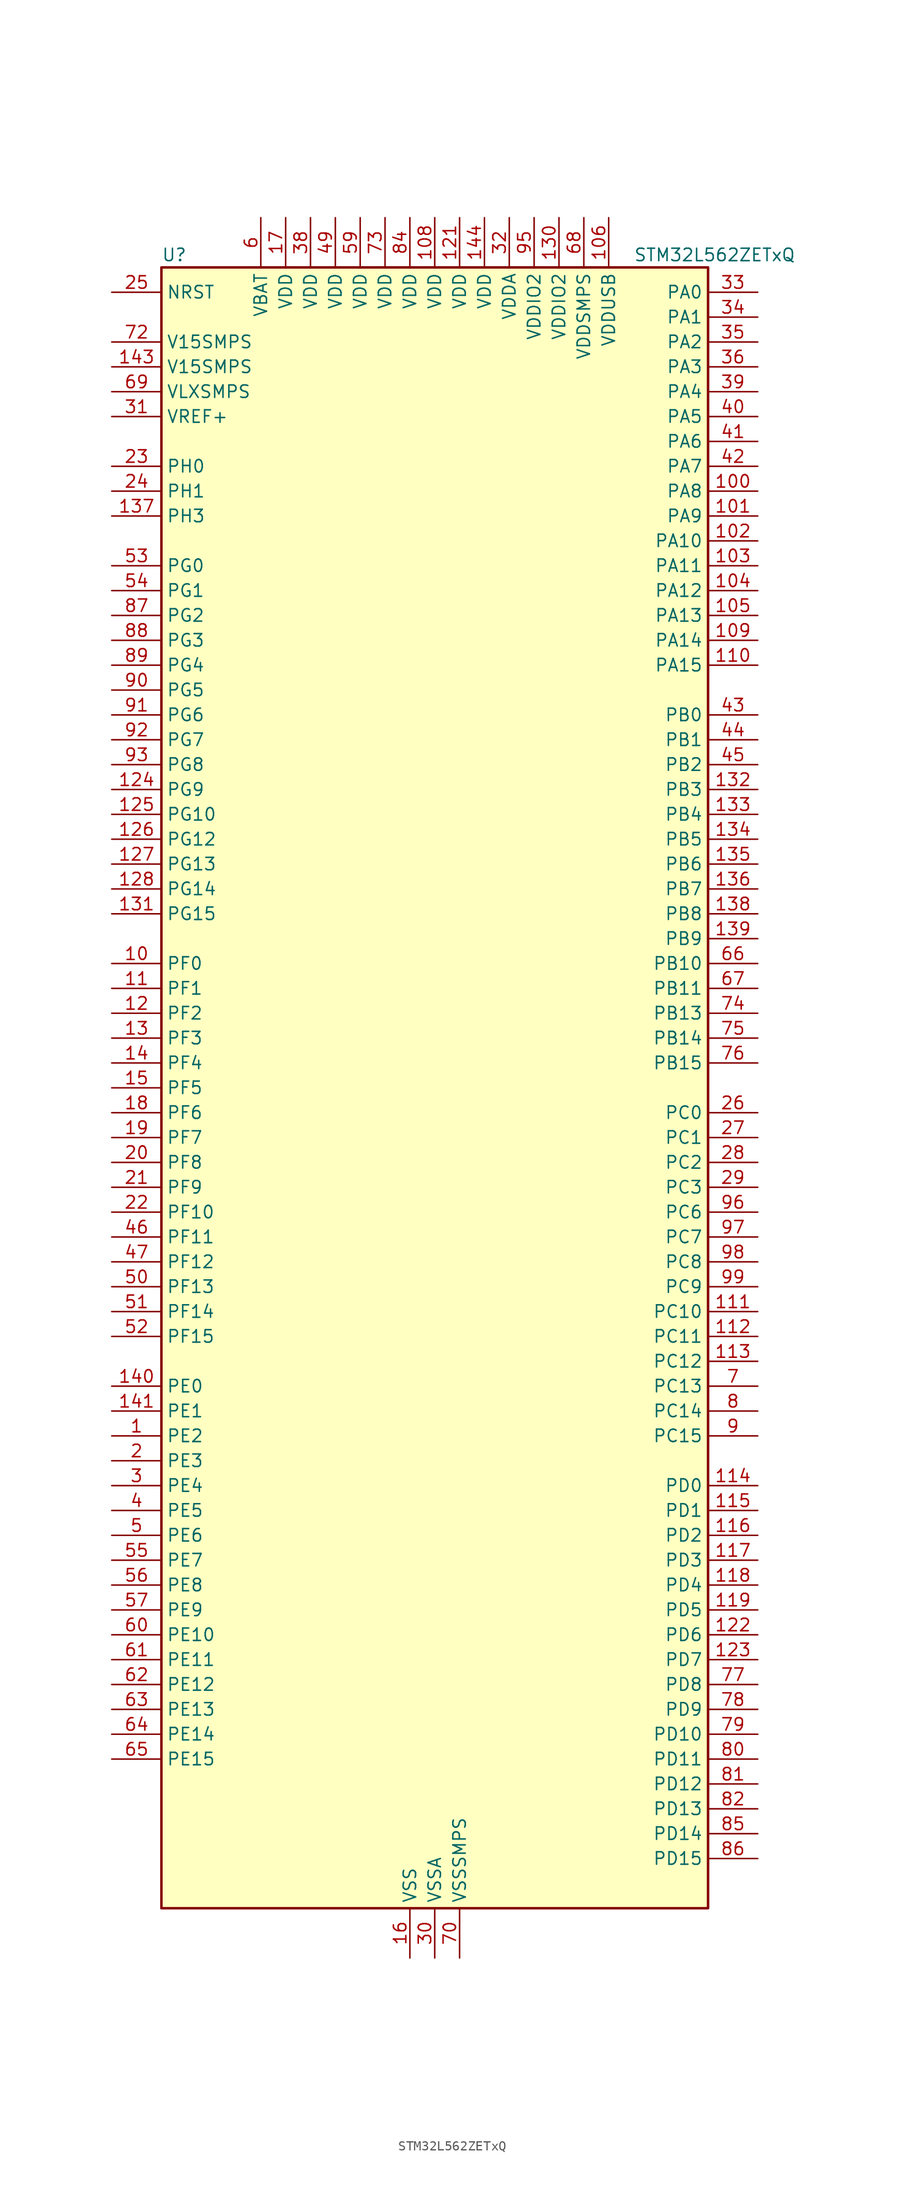
<source format=kicad_sym>
(kicad_symbol_lib
  (version 20231120)
  (generator "kicad_symbol_editor")
  (generator_version "8.0")
  (symbol "STM32L562ZETxQ"
    (property "Reference" "U"
      (at -27.94 85.09 0)
      (effects (font (size 1.27 1.27)) (justify left)))
    (property "Value" "STM32L562ZETxQ"
      (at 20.32 85.09 0)
      (effects (font (size 1.27 1.27)) (justify left)))
    (property "ki_locked" ""
      (at 0 0 0)
      (effects (font (size 1.27 1.27))))
    (symbol "STM32L562ZETxQ_0_1"
      (rectangle (start -27.94 -83.82) (end 27.94 83.82) (stroke (width 0.254) (type default)) (fill (type background))))
    (symbol "STM32L562ZETxQ_1_1"
      (pin bidirectional line (at -33.02 -35.56 0) (length 5.08) (name "PE2" (effects (font (size 1.27 1.27)))) (number "1" (effects (font (size 1.27 1.27)))) (alternate "DEBUG_TRACECLK" bidirectional line) (alternate "FMC_A23" bidirectional line) (alternate "SAI1_CK1" bidirectional line) (alternate "SAI1_MCLK_A" bidirectional line) (alternate "TIM3_ETR" bidirectional line) (alternate "TSC_G7_IO1" bidirectional line))
      (pin bidirectional line (at -33.02 12.7 0) (length 5.08) (name "PF0" (effects (font (size 1.27 1.27)))) (number "10" (effects (font (size 1.27 1.27)))) (alternate "FMC_A0" bidirectional line) (alternate "I2C2_SDA" bidirectional line))
      (pin bidirectional line (at 33.02 60.96 180) (length 5.08) (name "PA8" (effects (font (size 1.27 1.27)))) (number "100" (effects (font (size 1.27 1.27)))) (alternate "LPTIM2_OUT" bidirectional line) (alternate "RCC_MCO" bidirectional line) (alternate "SAI1_CK2" bidirectional line) (alternate "SAI1_SCK_A" bidirectional line) (alternate "TIM1_CH1" bidirectional line) (alternate "USART1_CK" bidirectional line))
      (pin bidirectional line (at 33.02 58.42 180) (length 5.08) (name "PA9" (effects (font (size 1.27 1.27)))) (number "101" (effects (font (size 1.27 1.27)))) (alternate "DAC1_EXTI9" bidirectional line) (alternate "SAI1_FS_A" bidirectional line) (alternate "SPI2_SCK" bidirectional line) (alternate "TIM15_BKIN" bidirectional line) (alternate "TIM1_CH2" bidirectional line) (alternate "USART1_TX" bidirectional line))
      (pin bidirectional line (at 33.02 55.88 180) (length 5.08) (name "PA10" (effects (font (size 1.27 1.27)))) (number "102" (effects (font (size 1.27 1.27)))) (alternate "CRS_SYNC" bidirectional line) (alternate "SAI1_D1" bidirectional line) (alternate "SAI1_SD_A" bidirectional line) (alternate "TIM17_BKIN" bidirectional line) (alternate "TIM1_CH3" bidirectional line) (alternate "USART1_RX" bidirectional line))
      (pin bidirectional line (at 33.02 53.34 180) (length 5.08) (name "PA11" (effects (font (size 1.27 1.27)))) (number "103" (effects (font (size 1.27 1.27)))) (alternate "ADC1_EXTI11" bidirectional line) (alternate "ADC2_EXTI11" bidirectional line) (alternate "FDCAN1_RX" bidirectional line) (alternate "SPI1_MISO" bidirectional line) (alternate "TIM1_BKIN2" bidirectional line) (alternate "TIM1_CH4" bidirectional line) (alternate "USART1_CTS" bidirectional line) (alternate "USART1_NSS" bidirectional line) (alternate "USB_DM" bidirectional line))
      (pin bidirectional line (at 33.02 50.8 180) (length 5.08) (name "PA12" (effects (font (size 1.27 1.27)))) (number "104" (effects (font (size 1.27 1.27)))) (alternate "FDCAN1_TX" bidirectional line) (alternate "SPI1_MOSI" bidirectional line) (alternate "TIM1_ETR" bidirectional line) (alternate "USART1_DE" bidirectional line) (alternate "USART1_RTS" bidirectional line) (alternate "USB_DP" bidirectional line))
      (pin bidirectional line (at 33.02 48.26 180) (length 5.08) (name "PA13" (effects (font (size 1.27 1.27)))) (number "105" (effects (font (size 1.27 1.27)))) (alternate "DEBUG_JTMS-SWDIO" bidirectional line) (alternate "IR_OUT" bidirectional line) (alternate "SAI1_SD_B" bidirectional line) (alternate "USB_NOE" bidirectional line))
      (pin power_in line (at 17.78 88.9 270) (length 5.08) (name "VDDUSB" (effects (font (size 1.27 1.27)))) (number "106" (effects (font (size 1.27 1.27)))))
      (pin passive line (at -2.54 -88.9 90) (length 5.08) hide (name "VSS" (effects (font (size 1.27 1.27)))) (number "107" (effects (font (size 1.27 1.27)))))
      (pin power_in line (at 0 88.9 270) (length 5.08) (name "VDD" (effects (font (size 1.27 1.27)))) (number "108" (effects (font (size 1.27 1.27)))))
      (pin bidirectional line (at 33.02 45.72 180) (length 5.08) (name "PA14" (effects (font (size 1.27 1.27)))) (number "109" (effects (font (size 1.27 1.27)))) (alternate "DEBUG_JTCK-SWCLK" bidirectional line) (alternate "I2C1_SMBA" bidirectional line) (alternate "I2C4_SMBA" bidirectional line) (alternate "LPTIM1_OUT" bidirectional line) (alternate "SAI1_FS_B" bidirectional line))
      (pin bidirectional line (at -33.02 10.16 0) (length 5.08) (name "PF1" (effects (font (size 1.27 1.27)))) (number "11" (effects (font (size 1.27 1.27)))) (alternate "FMC_A1" bidirectional line) (alternate "I2C2_SCL" bidirectional line))
      (pin bidirectional line (at 33.02 43.18 180) (length 5.08) (name "PA15" (effects (font (size 1.27 1.27)))) (number "110" (effects (font (size 1.27 1.27)))) (alternate "ADC1_EXTI15" bidirectional line) (alternate "ADC2_EXTI15" bidirectional line) (alternate "DEBUG_JTDI" bidirectional line) (alternate "SAI2_FS_B" bidirectional line) (alternate "SPI1_NSS" bidirectional line) (alternate "SPI3_NSS" bidirectional line) (alternate "TIM2_CH1" bidirectional line) (alternate "TIM2_ETR" bidirectional line) (alternate "UART4_DE" bidirectional line) (alternate "UART4_RTS" bidirectional line) (alternate "UCPD1_CC1" bidirectional line) (alternate "USART2_RX" bidirectional line) (alternate "USART3_DE" bidirectional line) (alternate "USART3_RTS" bidirectional line))
      (pin bidirectional line (at 33.02 -22.86 180) (length 5.08) (name "PC10" (effects (font (size 1.27 1.27)))) (number "111" (effects (font (size 1.27 1.27)))) (alternate "DEBUG_TRACED1" bidirectional line) (alternate "LPTIM3_ETR" bidirectional line) (alternate "SAI2_SCK_B" bidirectional line) (alternate "SDMMC1_D2" bidirectional line) (alternate "SPI3_SCK" bidirectional line) (alternate "TSC_G3_IO2" bidirectional line) (alternate "UART4_TX" bidirectional line) (alternate "USART3_TX" bidirectional line))
      (pin bidirectional line (at 33.02 -25.4 180) (length 5.08) (name "PC11" (effects (font (size 1.27 1.27)))) (number "112" (effects (font (size 1.27 1.27)))) (alternate "ADC1_EXTI11" bidirectional line) (alternate "ADC2_EXTI11" bidirectional line) (alternate "LPTIM3_IN1" bidirectional line) (alternate "OCTOSPI1_NCS" bidirectional line) (alternate "SAI2_MCLK_B" bidirectional line) (alternate "SDMMC1_D3" bidirectional line) (alternate "SPI3_MISO" bidirectional line) (alternate "TSC_G3_IO3" bidirectional line) (alternate "UART4_RX" bidirectional line) (alternate "UCPD1_FRSTX2" bidirectional line) (alternate "USART3_RX" bidirectional line))
      (pin bidirectional line (at 33.02 -27.94 180) (length 5.08) (name "PC12" (effects (font (size 1.27 1.27)))) (number "113" (effects (font (size 1.27 1.27)))) (alternate "DEBUG_TRACED3" bidirectional line) (alternate "SAI2_SD_B" bidirectional line) (alternate "SDMMC1_CK" bidirectional line) (alternate "SPI3_MOSI" bidirectional line) (alternate "TSC_G3_IO4" bidirectional line) (alternate "UART5_TX" bidirectional line) (alternate "USART3_CK" bidirectional line))
      (pin bidirectional line (at 33.02 -40.64 180) (length 5.08) (name "PD0" (effects (font (size 1.27 1.27)))) (number "114" (effects (font (size 1.27 1.27)))) (alternate "FDCAN1_RX" bidirectional line) (alternate "FMC_D2" bidirectional line) (alternate "FMC_DA2" bidirectional line) (alternate "SPI2_NSS" bidirectional line))
      (pin bidirectional line (at 33.02 -43.18 180) (length 5.08) (name "PD1" (effects (font (size 1.27 1.27)))) (number "115" (effects (font (size 1.27 1.27)))) (alternate "FDCAN1_TX" bidirectional line) (alternate "FMC_D3" bidirectional line) (alternate "FMC_DA3" bidirectional line) (alternate "SPI2_SCK" bidirectional line))
      (pin bidirectional line (at 33.02 -45.72 180) (length 5.08) (name "PD2" (effects (font (size 1.27 1.27)))) (number "116" (effects (font (size 1.27 1.27)))) (alternate "DEBUG_TRACED2" bidirectional line) (alternate "SDMMC1_CMD" bidirectional line) (alternate "TIM3_ETR" bidirectional line) (alternate "TSC_SYNC" bidirectional line) (alternate "UART5_RX" bidirectional line) (alternate "USART3_DE" bidirectional line) (alternate "USART3_RTS" bidirectional line))
      (pin bidirectional line (at 33.02 -48.26 180) (length 5.08) (name "PD3" (effects (font (size 1.27 1.27)))) (number "117" (effects (font (size 1.27 1.27)))) (alternate "DFSDM1_DATIN0" bidirectional line) (alternate "FMC_CLK" bidirectional line) (alternate "SPI2_MISO" bidirectional line) (alternate "SPI2_SCK" bidirectional line) (alternate "USART2_CTS" bidirectional line) (alternate "USART2_NSS" bidirectional line))
      (pin bidirectional line (at 33.02 -50.8 180) (length 5.08) (name "PD4" (effects (font (size 1.27 1.27)))) (number "118" (effects (font (size 1.27 1.27)))) (alternate "DFSDM1_CKIN0" bidirectional line) (alternate "FMC_NOE" bidirectional line) (alternate "OCTOSPI1_IO4" bidirectional line) (alternate "SPI2_MOSI" bidirectional line) (alternate "USART2_DE" bidirectional line) (alternate "USART2_RTS" bidirectional line))
      (pin bidirectional line (at 33.02 -53.34 180) (length 5.08) (name "PD5" (effects (font (size 1.27 1.27)))) (number "119" (effects (font (size 1.27 1.27)))) (alternate "FMC_NWE" bidirectional line) (alternate "OCTOSPI1_IO5" bidirectional line) (alternate "USART2_TX" bidirectional line))
      (pin bidirectional line (at -33.02 7.62 0) (length 5.08) (name "PF2" (effects (font (size 1.27 1.27)))) (number "12" (effects (font (size 1.27 1.27)))) (alternate "FMC_A2" bidirectional line) (alternate "I2C2_SMBA" bidirectional line))
      (pin passive line (at -2.54 -88.9 90) (length 5.08) hide (name "VSS" (effects (font (size 1.27 1.27)))) (number "120" (effects (font (size 1.27 1.27)))))
      (pin power_in line (at 2.54 88.9 270) (length 5.08) (name "VDD" (effects (font (size 1.27 1.27)))) (number "121" (effects (font (size 1.27 1.27)))))
      (pin bidirectional line (at 33.02 -55.88 180) (length 5.08) (name "PD6" (effects (font (size 1.27 1.27)))) (number "122" (effects (font (size 1.27 1.27)))) (alternate "DFSDM1_DATIN1" bidirectional line) (alternate "FMC_NWAIT" bidirectional line) (alternate "OCTOSPI1_IO6" bidirectional line) (alternate "SAI1_D1" bidirectional line) (alternate "SAI1_SD_A" bidirectional line) (alternate "SPI3_MOSI" bidirectional line) (alternate "USART2_RX" bidirectional line))
      (pin bidirectional line (at 33.02 -58.42 180) (length 5.08) (name "PD7" (effects (font (size 1.27 1.27)))) (number "123" (effects (font (size 1.27 1.27)))) (alternate "DFSDM1_CKIN1" bidirectional line) (alternate "FMC_NCE" bidirectional line) (alternate "FMC_NE1" bidirectional line) (alternate "OCTOSPI1_IO7" bidirectional line) (alternate "USART2_CK" bidirectional line))
      (pin bidirectional line (at -33.02 30.48 0) (length 5.08) (name "PG9" (effects (font (size 1.27 1.27)))) (number "124" (effects (font (size 1.27 1.27)))) (alternate "DAC1_EXTI9" bidirectional line) (alternate "FMC_NCE" bidirectional line) (alternate "FMC_NE2" bidirectional line) (alternate "SAI2_SCK_A" bidirectional line) (alternate "SPI3_SCK" bidirectional line) (alternate "TIM15_CH1N" bidirectional line) (alternate "USART1_TX" bidirectional line))
      (pin bidirectional line (at -33.02 27.94 0) (length 5.08) (name "PG10" (effects (font (size 1.27 1.27)))) (number "125" (effects (font (size 1.27 1.27)))) (alternate "FMC_NE3" bidirectional line) (alternate "LPTIM1_IN1" bidirectional line) (alternate "SAI2_FS_A" bidirectional line) (alternate "SPI3_MISO" bidirectional line) (alternate "TIM15_CH1" bidirectional line) (alternate "USART1_RX" bidirectional line))
      (pin bidirectional line (at -33.02 25.4 0) (length 5.08) (name "PG12" (effects (font (size 1.27 1.27)))) (number "126" (effects (font (size 1.27 1.27)))) (alternate "FMC_NE4" bidirectional line) (alternate "LPTIM1_ETR" bidirectional line) (alternate "SAI2_SD_A" bidirectional line) (alternate "SPI3_NSS" bidirectional line) (alternate "USART1_DE" bidirectional line) (alternate "USART1_RTS" bidirectional line))
      (pin bidirectional line (at -33.02 22.86 0) (length 5.08) (name "PG13" (effects (font (size 1.27 1.27)))) (number "127" (effects (font (size 1.27 1.27)))) (alternate "FMC_A24" bidirectional line) (alternate "I2C1_SDA" bidirectional line) (alternate "USART1_CK" bidirectional line))
      (pin bidirectional line (at -33.02 20.32 0) (length 5.08) (name "PG14" (effects (font (size 1.27 1.27)))) (number "128" (effects (font (size 1.27 1.27)))) (alternate "FMC_A25" bidirectional line) (alternate "I2C1_SCL" bidirectional line))
      (pin passive line (at -2.54 -88.9 90) (length 5.08) hide (name "VSS" (effects (font (size 1.27 1.27)))) (number "129" (effects (font (size 1.27 1.27)))))
      (pin bidirectional line (at -33.02 5.08 0) (length 5.08) (name "PF3" (effects (font (size 1.27 1.27)))) (number "13" (effects (font (size 1.27 1.27)))) (alternate "FMC_A3" bidirectional line) (alternate "LPTIM3_IN1" bidirectional line))
      (pin power_in line (at 12.7 88.9 270) (length 5.08) (name "VDDIO2" (effects (font (size 1.27 1.27)))) (number "130" (effects (font (size 1.27 1.27)))))
      (pin bidirectional line (at -33.02 17.78 0) (length 5.08) (name "PG15" (effects (font (size 1.27 1.27)))) (number "131" (effects (font (size 1.27 1.27)))) (alternate "ADC1_EXTI15" bidirectional line) (alternate "ADC2_EXTI15" bidirectional line) (alternate "I2C1_SMBA" bidirectional line) (alternate "LPTIM1_OUT" bidirectional line))
      (pin bidirectional line (at 33.02 30.48 180) (length 5.08) (name "PB3" (effects (font (size 1.27 1.27)))) (number "132" (effects (font (size 1.27 1.27)))) (alternate "COMP2_INM" bidirectional line) (alternate "CRS_SYNC" bidirectional line) (alternate "DEBUG_JTDO-SWO" bidirectional line) (alternate "SAI1_SCK_B" bidirectional line) (alternate "SPI1_SCK" bidirectional line) (alternate "SPI3_SCK" bidirectional line) (alternate "TIM2_CH2" bidirectional line) (alternate "USART1_DE" bidirectional line) (alternate "USART1_RTS" bidirectional line))
      (pin bidirectional line (at 33.02 27.94 180) (length 5.08) (name "PB4" (effects (font (size 1.27 1.27)))) (number "133" (effects (font (size 1.27 1.27)))) (alternate "COMP2_INP" bidirectional line) (alternate "DEBUG_JTRST" bidirectional line) (alternate "I2C3_SDA" bidirectional line) (alternate "SAI1_MCLK_B" bidirectional line) (alternate "SPI1_MISO" bidirectional line) (alternate "SPI3_MISO" bidirectional line) (alternate "TIM17_BKIN" bidirectional line) (alternate "TIM3_CH1" bidirectional line) (alternate "TSC_G2_IO1" bidirectional line) (alternate "UART5_DE" bidirectional line) (alternate "UART5_RTS" bidirectional line) (alternate "USART1_CTS" bidirectional line) (alternate "USART1_NSS" bidirectional line))
      (pin bidirectional line (at 33.02 25.4 180) (length 5.08) (name "PB5" (effects (font (size 1.27 1.27)))) (number "134" (effects (font (size 1.27 1.27)))) (alternate "COMP2_OUT" bidirectional line) (alternate "I2C1_SMBA" bidirectional line) (alternate "LPTIM1_IN1" bidirectional line) (alternate "OCTOSPI1_NCLK" bidirectional line) (alternate "SAI1_SD_B" bidirectional line) (alternate "SPI1_MOSI" bidirectional line) (alternate "SPI3_MOSI" bidirectional line) (alternate "TIM16_BKIN" bidirectional line) (alternate "TIM3_CH2" bidirectional line) (alternate "TSC_G2_IO2" bidirectional line) (alternate "UART5_CTS" bidirectional line) (alternate "UCPD1_DBCC1" bidirectional line) (alternate "USART1_CK" bidirectional line))
      (pin bidirectional line (at 33.02 22.86 180) (length 5.08) (name "PB6" (effects (font (size 1.27 1.27)))) (number "135" (effects (font (size 1.27 1.27)))) (alternate "COMP2_INP" bidirectional line) (alternate "I2C1_SCL" bidirectional line) (alternate "I2C4_SCL" bidirectional line) (alternate "LPTIM1_ETR" bidirectional line) (alternate "SAI1_FS_B" bidirectional line) (alternate "TIM16_CH1N" bidirectional line) (alternate "TIM4_CH1" bidirectional line) (alternate "TIM8_BKIN2" bidirectional line) (alternate "TSC_G2_IO3" bidirectional line) (alternate "USART1_TX" bidirectional line))
      (pin bidirectional line (at 33.02 20.32 180) (length 5.08) (name "PB7" (effects (font (size 1.27 1.27)))) (number "136" (effects (font (size 1.27 1.27)))) (alternate "COMP2_INM" bidirectional line) (alternate "FMC_NL" bidirectional line) (alternate "I2C1_SDA" bidirectional line) (alternate "I2C4_SDA" bidirectional line) (alternate "LPTIM1_IN2" bidirectional line) (alternate "PWR_PVD_IN" bidirectional line) (alternate "TIM17_CH1N" bidirectional line) (alternate "TIM4_CH2" bidirectional line) (alternate "TIM8_BKIN" bidirectional line) (alternate "TSC_G2_IO4" bidirectional line) (alternate "UART4_CTS" bidirectional line) (alternate "USART1_RX" bidirectional line))
      (pin bidirectional line (at -33.02 58.42 0) (length 5.08) (name "PH3" (effects (font (size 1.27 1.27)))) (number "137" (effects (font (size 1.27 1.27)))))
      (pin bidirectional line (at 33.02 17.78 180) (length 5.08) (name "PB8" (effects (font (size 1.27 1.27)))) (number "138" (effects (font (size 1.27 1.27)))) (alternate "DFSDM1_CKOUT" bidirectional line) (alternate "FDCAN1_RX" bidirectional line) (alternate "I2C1_SCL" bidirectional line) (alternate "SAI1_CK1" bidirectional line) (alternate "SAI1_MCLK_A" bidirectional line) (alternate "SDMMC1_CKIN" bidirectional line) (alternate "SDMMC1_D4" bidirectional line) (alternate "TIM16_CH1" bidirectional line) (alternate "TIM4_CH3" bidirectional line))
      (pin bidirectional line (at 33.02 15.24 180) (length 5.08) (name "PB9" (effects (font (size 1.27 1.27)))) (number "139" (effects (font (size 1.27 1.27)))) (alternate "DAC1_EXTI9" bidirectional line) (alternate "FDCAN1_TX" bidirectional line) (alternate "I2C1_SDA" bidirectional line) (alternate "IR_OUT" bidirectional line) (alternate "SAI1_D2" bidirectional line) (alternate "SAI1_FS_A" bidirectional line) (alternate "SDMMC1_CDIR" bidirectional line) (alternate "SDMMC1_D5" bidirectional line) (alternate "SPI2_NSS" bidirectional line) (alternate "TIM17_CH1" bidirectional line) (alternate "TIM4_CH4" bidirectional line))
      (pin bidirectional line (at -33.02 2.54 0) (length 5.08) (name "PF4" (effects (font (size 1.27 1.27)))) (number "14" (effects (font (size 1.27 1.27)))) (alternate "FMC_A4" bidirectional line) (alternate "LPTIM3_ETR" bidirectional line))
      (pin bidirectional line (at -33.02 -30.48 0) (length 5.08) (name "PE0" (effects (font (size 1.27 1.27)))) (number "140" (effects (font (size 1.27 1.27)))) (alternate "FMC_NBL0" bidirectional line) (alternate "TIM16_CH1" bidirectional line) (alternate "TIM4_ETR" bidirectional line))
      (pin bidirectional line (at -33.02 -33.02 0) (length 5.08) (name "PE1" (effects (font (size 1.27 1.27)))) (number "141" (effects (font (size 1.27 1.27)))) (alternate "FMC_NBL1" bidirectional line) (alternate "TIM17_CH1" bidirectional line))
      (pin passive line (at -2.54 -88.9 90) (length 5.08) hide (name "VSS" (effects (font (size 1.27 1.27)))) (number "142" (effects (font (size 1.27 1.27)))))
      (pin power_in line (at -33.02 73.66 0) (length 5.08) (name "V15SMPS" (effects (font (size 1.27 1.27)))) (number "143" (effects (font (size 1.27 1.27)))))
      (pin power_in line (at 5.08 88.9 270) (length 5.08) (name "VDD" (effects (font (size 1.27 1.27)))) (number "144" (effects (font (size 1.27 1.27)))))
      (pin bidirectional line (at -33.02 0 0) (length 5.08) (name "PF5" (effects (font (size 1.27 1.27)))) (number "15" (effects (font (size 1.27 1.27)))) (alternate "FMC_A5" bidirectional line) (alternate "LPTIM3_OUT" bidirectional line))
      (pin power_in line (at -2.54 -88.9 90) (length 5.08) (name "VSS" (effects (font (size 1.27 1.27)))) (number "16" (effects (font (size 1.27 1.27)))))
      (pin power_in line (at -15.24 88.9 270) (length 5.08) (name "VDD" (effects (font (size 1.27 1.27)))) (number "17" (effects (font (size 1.27 1.27)))))
      (pin bidirectional line (at -33.02 -2.54 0) (length 5.08) (name "PF6" (effects (font (size 1.27 1.27)))) (number "18" (effects (font (size 1.27 1.27)))) (alternate "OCTOSPI1_IO3" bidirectional line) (alternate "SAI1_SD_B" bidirectional line) (alternate "TIM5_CH1" bidirectional line) (alternate "TIM5_ETR" bidirectional line))
      (pin bidirectional line (at -33.02 -5.08 0) (length 5.08) (name "PF7" (effects (font (size 1.27 1.27)))) (number "19" (effects (font (size 1.27 1.27)))) (alternate "OCTOSPI1_IO2" bidirectional line) (alternate "SAI1_MCLK_B" bidirectional line) (alternate "TAMP_IN6" bidirectional line) (alternate "TAMP_OUT3" bidirectional line) (alternate "TIM5_CH2" bidirectional line))
      (pin bidirectional line (at -33.02 -38.1 0) (length 5.08) (name "PE3" (effects (font (size 1.27 1.27)))) (number "2" (effects (font (size 1.27 1.27)))) (alternate "DEBUG_TRACED0" bidirectional line) (alternate "FMC_A19" bidirectional line) (alternate "OCTOSPI1_DQS" bidirectional line) (alternate "SAI1_SD_B" bidirectional line) (alternate "TIM3_CH1" bidirectional line) (alternate "TSC_G7_IO2" bidirectional line))
      (pin bidirectional line (at -33.02 -7.62 0) (length 5.08) (name "PF8" (effects (font (size 1.27 1.27)))) (number "20" (effects (font (size 1.27 1.27)))) (alternate "OCTOSPI1_IO0" bidirectional line) (alternate "SAI1_SCK_B" bidirectional line) (alternate "TAMP_IN7" bidirectional line) (alternate "TAMP_OUT8" bidirectional line) (alternate "TIM5_CH3" bidirectional line))
      (pin bidirectional line (at -33.02 -10.16 0) (length 5.08) (name "PF9" (effects (font (size 1.27 1.27)))) (number "21" (effects (font (size 1.27 1.27)))) (alternate "DAC1_EXTI9" bidirectional line) (alternate "OCTOSPI1_IO1" bidirectional line) (alternate "SAI1_FS_B" bidirectional line) (alternate "TAMP_IN8" bidirectional line) (alternate "TAMP_OUT7" bidirectional line) (alternate "TIM15_CH1" bidirectional line) (alternate "TIM5_CH4" bidirectional line))
      (pin bidirectional line (at -33.02 -12.7 0) (length 5.08) (name "PF10" (effects (font (size 1.27 1.27)))) (number "22" (effects (font (size 1.27 1.27)))) (alternate "DFSDM1_CKOUT" bidirectional line) (alternate "OCTOSPI1_CLK" bidirectional line) (alternate "SAI1_D3" bidirectional line) (alternate "TIM15_CH2" bidirectional line))
      (pin bidirectional line (at -33.02 63.5 0) (length 5.08) (name "PH0" (effects (font (size 1.27 1.27)))) (number "23" (effects (font (size 1.27 1.27)))) (alternate "RCC_OSC_IN" bidirectional line))
      (pin bidirectional line (at -33.02 60.96 0) (length 5.08) (name "PH1" (effects (font (size 1.27 1.27)))) (number "24" (effects (font (size 1.27 1.27)))) (alternate "RCC_OSC_OUT" bidirectional line))
      (pin input line (at -33.02 81.28 0) (length 5.08) (name "NRST" (effects (font (size 1.27 1.27)))) (number "25" (effects (font (size 1.27 1.27)))))
      (pin bidirectional line (at 33.02 -2.54 180) (length 5.08) (name "PC0" (effects (font (size 1.27 1.27)))) (number "26" (effects (font (size 1.27 1.27)))) (alternate "ADC1_IN1" bidirectional line) (alternate "ADC2_IN1" bidirectional line) (alternate "I2C3_SCL" bidirectional line) (alternate "LPTIM1_IN1" bidirectional line) (alternate "LPTIM2_IN1" bidirectional line) (alternate "LPUART1_RX" bidirectional line) (alternate "OCTOSPI1_IO7" bidirectional line) (alternate "SAI2_FS_A" bidirectional line) (alternate "SDMMC1_D5" bidirectional line))
      (pin bidirectional line (at 33.02 -5.08 180) (length 5.08) (name "PC1" (effects (font (size 1.27 1.27)))) (number "27" (effects (font (size 1.27 1.27)))) (alternate "ADC1_IN2" bidirectional line) (alternate "ADC2_IN2" bidirectional line) (alternate "DEBUG_TRACED0" bidirectional line) (alternate "I2C3_SDA" bidirectional line) (alternate "LPTIM1_OUT" bidirectional line) (alternate "LPUART1_TX" bidirectional line) (alternate "OCTOSPI1_IO4" bidirectional line) (alternate "SAI1_SD_A" bidirectional line) (alternate "SPI2_MOSI" bidirectional line))
      (pin bidirectional line (at 33.02 -7.62 180) (length 5.08) (name "PC2" (effects (font (size 1.27 1.27)))) (number "28" (effects (font (size 1.27 1.27)))) (alternate "ADC1_IN3" bidirectional line) (alternate "ADC2_IN3" bidirectional line) (alternate "DFSDM1_CKOUT" bidirectional line) (alternate "LPTIM1_IN2" bidirectional line) (alternate "OCTOSPI1_IO5" bidirectional line) (alternate "SPI2_MISO" bidirectional line))
      (pin bidirectional line (at 33.02 -10.16 180) (length 5.08) (name "PC3" (effects (font (size 1.27 1.27)))) (number "29" (effects (font (size 1.27 1.27)))) (alternate "ADC1_IN4" bidirectional line) (alternate "ADC2_IN4" bidirectional line) (alternate "LPTIM1_ETR" bidirectional line) (alternate "LPTIM2_ETR" bidirectional line) (alternate "LPTIM3_OUT" bidirectional line) (alternate "OCTOSPI1_IO6" bidirectional line) (alternate "SAI1_D1" bidirectional line) (alternate "SAI1_SD_A" bidirectional line) (alternate "SPI2_MOSI" bidirectional line))
      (pin bidirectional line (at -33.02 -40.64 0) (length 5.08) (name "PE4" (effects (font (size 1.27 1.27)))) (number "3" (effects (font (size 1.27 1.27)))) (alternate "DEBUG_TRACED1" bidirectional line) (alternate "DFSDM1_DATIN3" bidirectional line) (alternate "FMC_A20" bidirectional line) (alternate "SAI1_D2" bidirectional line) (alternate "SAI1_FS_A" bidirectional line) (alternate "TIM3_CH2" bidirectional line) (alternate "TSC_G7_IO3" bidirectional line))
      (pin power_in line (at 0 -88.9 90) (length 5.08) (name "VSSA" (effects (font (size 1.27 1.27)))) (number "30" (effects (font (size 1.27 1.27)))))
      (pin input line (at -33.02 68.58 0) (length 5.08) (name "VREF+" (effects (font (size 1.27 1.27)))) (number "31" (effects (font (size 1.27 1.27)))) (alternate "VREFBUF_OUT" bidirectional line))
      (pin power_in line (at 7.62 88.9 270) (length 5.08) (name "VDDA" (effects (font (size 1.27 1.27)))) (number "32" (effects (font (size 1.27 1.27)))))
      (pin bidirectional line (at 33.02 81.28 180) (length 5.08) (name "PA0" (effects (font (size 1.27 1.27)))) (number "33" (effects (font (size 1.27 1.27)))) (alternate "ADC1_IN5" bidirectional line) (alternate "ADC2_IN5" bidirectional line) (alternate "OPAMP1_VINP" bidirectional line) (alternate "PWR_WKUP1" bidirectional line) (alternate "SAI1_EXTCLK" bidirectional line) (alternate "TAMP_IN2" bidirectional line) (alternate "TAMP_OUT1" bidirectional line) (alternate "TIM2_CH1" bidirectional line) (alternate "TIM2_ETR" bidirectional line) (alternate "TIM5_CH1" bidirectional line) (alternate "TIM8_ETR" bidirectional line) (alternate "UART4_TX" bidirectional line) (alternate "USART2_CTS" bidirectional line) (alternate "USART2_NSS" bidirectional line))
      (pin bidirectional line (at 33.02 78.74 180) (length 5.08) (name "PA1" (effects (font (size 1.27 1.27)))) (number "34" (effects (font (size 1.27 1.27)))) (alternate "ADC1_IN6" bidirectional line) (alternate "ADC2_IN6" bidirectional line) (alternate "I2C1_SMBA" bidirectional line) (alternate "OCTOSPI1_DQS" bidirectional line) (alternate "OPAMP1_VINM" bidirectional line) (alternate "SPI1_SCK" bidirectional line) (alternate "TAMP_IN5" bidirectional line) (alternate "TAMP_OUT4" bidirectional line) (alternate "TIM15_CH1N" bidirectional line) (alternate "TIM2_CH2" bidirectional line) (alternate "TIM5_CH2" bidirectional line) (alternate "UART4_RX" bidirectional line) (alternate "USART2_DE" bidirectional line) (alternate "USART2_RTS" bidirectional line))
      (pin bidirectional line (at 33.02 76.2 180) (length 5.08) (name "PA2" (effects (font (size 1.27 1.27)))) (number "35" (effects (font (size 1.27 1.27)))) (alternate "ADC1_IN7" bidirectional line) (alternate "ADC2_IN7" bidirectional line) (alternate "COMP1_INP" bidirectional line) (alternate "LPUART1_TX" bidirectional line) (alternate "OCTOSPI1_NCS" bidirectional line) (alternate "PWR_WKUP4" bidirectional line) (alternate "RCC_LSCO" bidirectional line) (alternate "SAI2_EXTCLK" bidirectional line) (alternate "TIM15_CH1" bidirectional line) (alternate "TIM2_CH3" bidirectional line) (alternate "TIM5_CH3" bidirectional line) (alternate "UCPD1_FRSTX1" bidirectional line) (alternate "USART2_TX" bidirectional line))
      (pin bidirectional line (at 33.02 73.66 180) (length 5.08) (name "PA3" (effects (font (size 1.27 1.27)))) (number "36" (effects (font (size 1.27 1.27)))) (alternate "ADC1_IN8" bidirectional line) (alternate "ADC2_IN8" bidirectional line) (alternate "LPUART1_RX" bidirectional line) (alternate "OCTOSPI1_CLK" bidirectional line) (alternate "OPAMP1_VOUT" bidirectional line) (alternate "SAI1_CK1" bidirectional line) (alternate "SAI1_MCLK_A" bidirectional line) (alternate "TIM15_CH2" bidirectional line) (alternate "TIM2_CH4" bidirectional line) (alternate "TIM5_CH4" bidirectional line) (alternate "USART2_RX" bidirectional line))
      (pin passive line (at -2.54 -88.9 90) (length 5.08) hide (name "VSS" (effects (font (size 1.27 1.27)))) (number "37" (effects (font (size 1.27 1.27)))))
      (pin power_in line (at -12.7 88.9 270) (length 5.08) (name "VDD" (effects (font (size 1.27 1.27)))) (number "38" (effects (font (size 1.27 1.27)))))
      (pin bidirectional line (at 33.02 71.12 180) (length 5.08) (name "PA4" (effects (font (size 1.27 1.27)))) (number "39" (effects (font (size 1.27 1.27)))) (alternate "ADC1_IN9" bidirectional line) (alternate "ADC2_IN9" bidirectional line) (alternate "DAC1_OUT1" bidirectional line) (alternate "LPTIM2_OUT" bidirectional line) (alternate "OCTOSPI1_NCS" bidirectional line) (alternate "SAI1_FS_B" bidirectional line) (alternate "SPI1_NSS" bidirectional line) (alternate "SPI3_NSS" bidirectional line) (alternate "USART2_CK" bidirectional line))
      (pin bidirectional line (at -33.02 -43.18 0) (length 5.08) (name "PE5" (effects (font (size 1.27 1.27)))) (number "4" (effects (font (size 1.27 1.27)))) (alternate "DEBUG_TRACED2" bidirectional line) (alternate "DFSDM1_CKIN3" bidirectional line) (alternate "FMC_A21" bidirectional line) (alternate "SAI1_CK2" bidirectional line) (alternate "SAI1_SCK_A" bidirectional line) (alternate "TIM3_CH3" bidirectional line) (alternate "TSC_G7_IO4" bidirectional line))
      (pin bidirectional line (at 33.02 68.58 180) (length 5.08) (name "PA5" (effects (font (size 1.27 1.27)))) (number "40" (effects (font (size 1.27 1.27)))) (alternate "ADC1_IN10" bidirectional line) (alternate "ADC2_IN10" bidirectional line) (alternate "DAC1_OUT2" bidirectional line) (alternate "LPTIM2_ETR" bidirectional line) (alternate "SPI1_SCK" bidirectional line) (alternate "TIM2_CH1" bidirectional line) (alternate "TIM2_ETR" bidirectional line) (alternate "TIM8_CH1N" bidirectional line))
      (pin bidirectional line (at 33.02 66.04 180) (length 5.08) (name "PA6" (effects (font (size 1.27 1.27)))) (number "41" (effects (font (size 1.27 1.27)))) (alternate "ADC1_IN11" bidirectional line) (alternate "ADC2_IN11" bidirectional line) (alternate "LPUART1_CTS" bidirectional line) (alternate "OCTOSPI1_IO3" bidirectional line) (alternate "OPAMP2_VINP" bidirectional line) (alternate "SPI1_MISO" bidirectional line) (alternate "TIM16_CH1" bidirectional line) (alternate "TIM1_BKIN" bidirectional line) (alternate "TIM3_CH1" bidirectional line) (alternate "TIM8_BKIN" bidirectional line) (alternate "USART3_CTS" bidirectional line) (alternate "USART3_NSS" bidirectional line))
      (pin bidirectional line (at 33.02 63.5 180) (length 5.08) (name "PA7" (effects (font (size 1.27 1.27)))) (number "42" (effects (font (size 1.27 1.27)))) (alternate "ADC1_IN12" bidirectional line) (alternate "ADC2_IN12" bidirectional line) (alternate "I2C3_SCL" bidirectional line) (alternate "OCTOSPI1_IO2" bidirectional line) (alternate "OPAMP2_VINM" bidirectional line) (alternate "SPI1_MOSI" bidirectional line) (alternate "TIM17_CH1" bidirectional line) (alternate "TIM1_CH1N" bidirectional line) (alternate "TIM3_CH2" bidirectional line) (alternate "TIM8_CH1N" bidirectional line))
      (pin bidirectional line (at 33.02 38.1 180) (length 5.08) (name "PB0" (effects (font (size 1.27 1.27)))) (number "43" (effects (font (size 1.27 1.27)))) (alternate "ADC1_IN15" bidirectional line) (alternate "ADC2_IN15" bidirectional line) (alternate "COMP1_OUT" bidirectional line) (alternate "OCTOSPI1_IO1" bidirectional line) (alternate "OPAMP2_VOUT" bidirectional line) (alternate "SAI1_EXTCLK" bidirectional line) (alternate "SPI1_NSS" bidirectional line) (alternate "TIM1_CH2N" bidirectional line) (alternate "TIM3_CH3" bidirectional line) (alternate "TIM8_CH2N" bidirectional line) (alternate "USART3_CK" bidirectional line))
      (pin bidirectional line (at 33.02 35.56 180) (length 5.08) (name "PB1" (effects (font (size 1.27 1.27)))) (number "44" (effects (font (size 1.27 1.27)))) (alternate "ADC1_IN16" bidirectional line) (alternate "ADC2_IN16" bidirectional line) (alternate "COMP1_INM" bidirectional line) (alternate "DFSDM1_DATIN0" bidirectional line) (alternate "LPTIM2_IN1" bidirectional line) (alternate "LPUART1_DE" bidirectional line) (alternate "LPUART1_RTS" bidirectional line) (alternate "OCTOSPI1_IO0" bidirectional line) (alternate "TIM1_CH3N" bidirectional line) (alternate "TIM3_CH4" bidirectional line) (alternate "TIM8_CH3N" bidirectional line) (alternate "USART3_DE" bidirectional line) (alternate "USART3_RTS" bidirectional line))
      (pin bidirectional line (at 33.02 33.02 180) (length 5.08) (name "PB2" (effects (font (size 1.27 1.27)))) (number "45" (effects (font (size 1.27 1.27)))) (alternate "COMP1_INP" bidirectional line) (alternate "DFSDM1_CKIN0" bidirectional line) (alternate "I2C3_SMBA" bidirectional line) (alternate "LPTIM1_OUT" bidirectional line) (alternate "OCTOSPI1_DQS" bidirectional line) (alternate "RTC_OUT2" bidirectional line) (alternate "UCPD1_FRSTX1" bidirectional line))
      (pin bidirectional line (at -33.02 -15.24 0) (length 5.08) (name "PF11" (effects (font (size 1.27 1.27)))) (number "46" (effects (font (size 1.27 1.27)))) (alternate "ADC1_EXTI11" bidirectional line) (alternate "ADC2_EXTI11" bidirectional line) (alternate "OCTOSPI1_NCLK" bidirectional line))
      (pin bidirectional line (at -33.02 -17.78 0) (length 5.08) (name "PF12" (effects (font (size 1.27 1.27)))) (number "47" (effects (font (size 1.27 1.27)))) (alternate "FMC_A6" bidirectional line))
      (pin passive line (at -2.54 -88.9 90) (length 5.08) hide (name "VSS" (effects (font (size 1.27 1.27)))) (number "48" (effects (font (size 1.27 1.27)))))
      (pin power_in line (at -10.16 88.9 270) (length 5.08) (name "VDD" (effects (font (size 1.27 1.27)))) (number "49" (effects (font (size 1.27 1.27)))))
      (pin bidirectional line (at -33.02 -45.72 0) (length 5.08) (name "PE6" (effects (font (size 1.27 1.27)))) (number "5" (effects (font (size 1.27 1.27)))) (alternate "DEBUG_TRACED3" bidirectional line) (alternate "FMC_A22" bidirectional line) (alternate "PWR_WKUP3" bidirectional line) (alternate "SAI1_D1" bidirectional line) (alternate "SAI1_SD_A" bidirectional line) (alternate "TAMP_IN3" bidirectional line) (alternate "TAMP_OUT6" bidirectional line) (alternate "TIM3_CH4" bidirectional line))
      (pin bidirectional line (at -33.02 -20.32 0) (length 5.08) (name "PF13" (effects (font (size 1.27 1.27)))) (number "50" (effects (font (size 1.27 1.27)))) (alternate "FMC_A7" bidirectional line) (alternate "I2C4_SMBA" bidirectional line))
      (pin bidirectional line (at -33.02 -22.86 0) (length 5.08) (name "PF14" (effects (font (size 1.27 1.27)))) (number "51" (effects (font (size 1.27 1.27)))) (alternate "FMC_A8" bidirectional line) (alternate "I2C4_SCL" bidirectional line) (alternate "TSC_G8_IO1" bidirectional line))
      (pin bidirectional line (at -33.02 -25.4 0) (length 5.08) (name "PF15" (effects (font (size 1.27 1.27)))) (number "52" (effects (font (size 1.27 1.27)))) (alternate "ADC1_EXTI15" bidirectional line) (alternate "ADC2_EXTI15" bidirectional line) (alternate "FMC_A9" bidirectional line) (alternate "I2C4_SDA" bidirectional line) (alternate "TSC_G8_IO2" bidirectional line))
      (pin bidirectional line (at -33.02 53.34 0) (length 5.08) (name "PG0" (effects (font (size 1.27 1.27)))) (number "53" (effects (font (size 1.27 1.27)))) (alternate "FMC_A10" bidirectional line) (alternate "TSC_G8_IO3" bidirectional line))
      (pin bidirectional line (at -33.02 50.8 0) (length 5.08) (name "PG1" (effects (font (size 1.27 1.27)))) (number "54" (effects (font (size 1.27 1.27)))) (alternate "FMC_A11" bidirectional line) (alternate "TSC_G8_IO4" bidirectional line))
      (pin bidirectional line (at -33.02 -48.26 0) (length 5.08) (name "PE7" (effects (font (size 1.27 1.27)))) (number "55" (effects (font (size 1.27 1.27)))) (alternate "DFSDM1_DATIN2" bidirectional line) (alternate "FMC_D4" bidirectional line) (alternate "FMC_DA4" bidirectional line) (alternate "SAI1_SD_B" bidirectional line) (alternate "TIM1_ETR" bidirectional line))
      (pin bidirectional line (at -33.02 -50.8 0) (length 5.08) (name "PE8" (effects (font (size 1.27 1.27)))) (number "56" (effects (font (size 1.27 1.27)))) (alternate "DFSDM1_CKIN2" bidirectional line) (alternate "FMC_D5" bidirectional line) (alternate "FMC_DA5" bidirectional line) (alternate "SAI1_SCK_B" bidirectional line) (alternate "TIM1_CH1N" bidirectional line))
      (pin bidirectional line (at -33.02 -53.34 0) (length 5.08) (name "PE9" (effects (font (size 1.27 1.27)))) (number "57" (effects (font (size 1.27 1.27)))) (alternate "DAC1_EXTI9" bidirectional line) (alternate "DFSDM1_CKOUT" bidirectional line) (alternate "FMC_D6" bidirectional line) (alternate "FMC_DA6" bidirectional line) (alternate "OCTOSPI1_NCLK" bidirectional line) (alternate "SAI1_FS_B" bidirectional line) (alternate "TIM1_CH1" bidirectional line))
      (pin passive line (at -2.54 -88.9 90) (length 5.08) hide (name "VSS" (effects (font (size 1.27 1.27)))) (number "58" (effects (font (size 1.27 1.27)))))
      (pin power_in line (at -7.62 88.9 270) (length 5.08) (name "VDD" (effects (font (size 1.27 1.27)))) (number "59" (effects (font (size 1.27 1.27)))))
      (pin power_in line (at -17.78 88.9 270) (length 5.08) (name "VBAT" (effects (font (size 1.27 1.27)))) (number "6" (effects (font (size 1.27 1.27)))))
      (pin bidirectional line (at -33.02 -55.88 0) (length 5.08) (name "PE10" (effects (font (size 1.27 1.27)))) (number "60" (effects (font (size 1.27 1.27)))) (alternate "FMC_D7" bidirectional line) (alternate "FMC_DA7" bidirectional line) (alternate "OCTOSPI1_CLK" bidirectional line) (alternate "SAI1_MCLK_B" bidirectional line) (alternate "TIM1_CH2N" bidirectional line) (alternate "TSC_G5_IO1" bidirectional line))
      (pin bidirectional line (at -33.02 -58.42 0) (length 5.08) (name "PE11" (effects (font (size 1.27 1.27)))) (number "61" (effects (font (size 1.27 1.27)))) (alternate "ADC1_EXTI11" bidirectional line) (alternate "ADC2_EXTI11" bidirectional line) (alternate "FMC_D8" bidirectional line) (alternate "FMC_DA8" bidirectional line) (alternate "OCTOSPI1_NCS" bidirectional line) (alternate "TIM1_CH2" bidirectional line) (alternate "TSC_G5_IO2" bidirectional line))
      (pin bidirectional line (at -33.02 -60.96 0) (length 5.08) (name "PE12" (effects (font (size 1.27 1.27)))) (number "62" (effects (font (size 1.27 1.27)))) (alternate "FMC_D9" bidirectional line) (alternate "FMC_DA9" bidirectional line) (alternate "OCTOSPI1_IO0" bidirectional line) (alternate "SPI1_NSS" bidirectional line) (alternate "TIM1_CH3N" bidirectional line) (alternate "TSC_G5_IO3" bidirectional line))
      (pin bidirectional line (at -33.02 -63.5 0) (length 5.08) (name "PE13" (effects (font (size 1.27 1.27)))) (number "63" (effects (font (size 1.27 1.27)))) (alternate "FMC_D10" bidirectional line) (alternate "FMC_DA10" bidirectional line) (alternate "OCTOSPI1_IO1" bidirectional line) (alternate "SPI1_SCK" bidirectional line) (alternate "TIM1_CH3" bidirectional line) (alternate "TSC_G5_IO4" bidirectional line))
      (pin bidirectional line (at -33.02 -66.04 0) (length 5.08) (name "PE14" (effects (font (size 1.27 1.27)))) (number "64" (effects (font (size 1.27 1.27)))) (alternate "FMC_D11" bidirectional line) (alternate "FMC_DA11" bidirectional line) (alternate "OCTOSPI1_IO2" bidirectional line) (alternate "SPI1_MISO" bidirectional line) (alternate "TIM1_BKIN2" bidirectional line) (alternate "TIM1_CH4" bidirectional line))
      (pin bidirectional line (at -33.02 -68.58 0) (length 5.08) (name "PE15" (effects (font (size 1.27 1.27)))) (number "65" (effects (font (size 1.27 1.27)))) (alternate "ADC1_EXTI15" bidirectional line) (alternate "ADC2_EXTI15" bidirectional line) (alternate "FMC_D12" bidirectional line) (alternate "FMC_DA12" bidirectional line) (alternate "OCTOSPI1_IO3" bidirectional line) (alternate "SPI1_MOSI" bidirectional line) (alternate "TIM1_BKIN" bidirectional line))
      (pin bidirectional line (at 33.02 12.7 180) (length 5.08) (name "PB10" (effects (font (size 1.27 1.27)))) (number "66" (effects (font (size 1.27 1.27)))) (alternate "COMP1_OUT" bidirectional line) (alternate "I2C2_SCL" bidirectional line) (alternate "I2C4_SCL" bidirectional line) (alternate "LPTIM3_OUT" bidirectional line) (alternate "LPUART1_RX" bidirectional line) (alternate "OCTOSPI1_CLK" bidirectional line) (alternate "SAI1_SCK_A" bidirectional line) (alternate "SPI2_SCK" bidirectional line) (alternate "TIM2_CH3" bidirectional line) (alternate "TSC_SYNC" bidirectional line) (alternate "USART3_TX" bidirectional line))
      (pin bidirectional line (at 33.02 10.16 180) (length 5.08) (name "PB11" (effects (font (size 1.27 1.27)))) (number "67" (effects (font (size 1.27 1.27)))) (alternate "ADC1_EXTI11" bidirectional line) (alternate "ADC2_EXTI11" bidirectional line) (alternate "COMP2_OUT" bidirectional line) (alternate "I2C2_SDA" bidirectional line) (alternate "I2C4_SDA" bidirectional line) (alternate "LPUART1_TX" bidirectional line) (alternate "OCTOSPI1_NCS" bidirectional line) (alternate "TIM2_CH4" bidirectional line) (alternate "USART3_RX" bidirectional line))
      (pin power_in line (at 15.24 88.9 270) (length 5.08) (name "VDDSMPS" (effects (font (size 1.27 1.27)))) (number "68" (effects (font (size 1.27 1.27)))))
      (pin power_in line (at -33.02 71.12 0) (length 5.08) (name "VLXSMPS" (effects (font (size 1.27 1.27)))) (number "69" (effects (font (size 1.27 1.27)))))
      (pin bidirectional line (at 33.02 -30.48 180) (length 5.08) (name "PC13" (effects (font (size 1.27 1.27)))) (number "7" (effects (font (size 1.27 1.27)))) (alternate "PWR_WKUP2" bidirectional line) (alternate "RTC_OUT1" bidirectional line) (alternate "RTC_TS" bidirectional line) (alternate "TAMP_IN1" bidirectional line) (alternate "TAMP_OUT2" bidirectional line))
      (pin power_in line (at 2.54 -88.9 90) (length 5.08) (name "VSSSMPS" (effects (font (size 1.27 1.27)))) (number "70" (effects (font (size 1.27 1.27)))))
      (pin passive line (at -2.54 -88.9 90) (length 5.08) hide (name "VSS" (effects (font (size 1.27 1.27)))) (number "71" (effects (font (size 1.27 1.27)))))
      (pin power_in line (at -33.02 76.2 0) (length 5.08) (name "V15SMPS" (effects (font (size 1.27 1.27)))) (number "72" (effects (font (size 1.27 1.27)))))
      (pin power_in line (at -5.08 88.9 270) (length 5.08) (name "VDD" (effects (font (size 1.27 1.27)))) (number "73" (effects (font (size 1.27 1.27)))))
      (pin bidirectional line (at 33.02 7.62 180) (length 5.08) (name "PB13" (effects (font (size 1.27 1.27)))) (number "74" (effects (font (size 1.27 1.27)))) (alternate "DFSDM1_CKIN1" bidirectional line) (alternate "I2C2_SCL" bidirectional line) (alternate "LPTIM3_IN1" bidirectional line) (alternate "LPUART1_CTS" bidirectional line) (alternate "SAI2_SCK_A" bidirectional line) (alternate "SPI2_SCK" bidirectional line) (alternate "TIM15_CH1N" bidirectional line) (alternate "TIM1_CH1N" bidirectional line) (alternate "TSC_G1_IO2" bidirectional line) (alternate "UCPD1_FRSTX2" bidirectional line) (alternate "USART3_CTS" bidirectional line) (alternate "USART3_NSS" bidirectional line))
      (pin bidirectional line (at 33.02 5.08 180) (length 5.08) (name "PB14" (effects (font (size 1.27 1.27)))) (number "75" (effects (font (size 1.27 1.27)))) (alternate "DFSDM1_DATIN2" bidirectional line) (alternate "I2C2_SDA" bidirectional line) (alternate "LPTIM3_ETR" bidirectional line) (alternate "SAI2_MCLK_A" bidirectional line) (alternate "SPI2_MISO" bidirectional line) (alternate "TIM15_CH1" bidirectional line) (alternate "TIM1_CH2N" bidirectional line) (alternate "TIM8_CH2N" bidirectional line) (alternate "TSC_G1_IO3" bidirectional line) (alternate "UCPD1_DBCC2" bidirectional line) (alternate "USART3_DE" bidirectional line) (alternate "USART3_RTS" bidirectional line))
      (pin bidirectional line (at 33.02 2.54 180) (length 5.08) (name "PB15" (effects (font (size 1.27 1.27)))) (number "76" (effects (font (size 1.27 1.27)))) (alternate "ADC1_EXTI15" bidirectional line) (alternate "ADC2_EXTI15" bidirectional line) (alternate "DFSDM1_CKIN2" bidirectional line) (alternate "RTC_REFIN" bidirectional line) (alternate "SAI2_SD_A" bidirectional line) (alternate "SPI2_MOSI" bidirectional line) (alternate "TIM15_CH2" bidirectional line) (alternate "TIM1_CH3N" bidirectional line) (alternate "TIM8_CH3N" bidirectional line) (alternate "UCPD1_CC2" bidirectional line))
      (pin bidirectional line (at 33.02 -60.96 180) (length 5.08) (name "PD8" (effects (font (size 1.27 1.27)))) (number "77" (effects (font (size 1.27 1.27)))) (alternate "FMC_D13" bidirectional line) (alternate "FMC_DA13" bidirectional line) (alternate "USART3_TX" bidirectional line))
      (pin bidirectional line (at 33.02 -63.5 180) (length 5.08) (name "PD9" (effects (font (size 1.27 1.27)))) (number "78" (effects (font (size 1.27 1.27)))) (alternate "DAC1_EXTI9" bidirectional line) (alternate "FMC_D14" bidirectional line) (alternate "FMC_DA14" bidirectional line) (alternate "SAI2_MCLK_A" bidirectional line) (alternate "USART3_RX" bidirectional line))
      (pin bidirectional line (at 33.02 -66.04 180) (length 5.08) (name "PD10" (effects (font (size 1.27 1.27)))) (number "79" (effects (font (size 1.27 1.27)))) (alternate "FMC_D15" bidirectional line) (alternate "FMC_DA15" bidirectional line) (alternate "SAI2_SCK_A" bidirectional line) (alternate "TSC_G6_IO1" bidirectional line) (alternate "USART3_CK" bidirectional line))
      (pin bidirectional line (at 33.02 -33.02 180) (length 5.08) (name "PC14" (effects (font (size 1.27 1.27)))) (number "8" (effects (font (size 1.27 1.27)))) (alternate "RCC_OSC32_IN" bidirectional line))
      (pin bidirectional line (at 33.02 -68.58 180) (length 5.08) (name "PD11" (effects (font (size 1.27 1.27)))) (number "80" (effects (font (size 1.27 1.27)))) (alternate "ADC1_EXTI11" bidirectional line) (alternate "ADC2_EXTI11" bidirectional line) (alternate "FMC_A16" bidirectional line) (alternate "FMC_CLE" bidirectional line) (alternate "I2C4_SMBA" bidirectional line) (alternate "LPTIM2_ETR" bidirectional line) (alternate "SAI2_SD_A" bidirectional line) (alternate "TSC_G6_IO2" bidirectional line) (alternate "USART3_CTS" bidirectional line) (alternate "USART3_NSS" bidirectional line))
      (pin bidirectional line (at 33.02 -71.12 180) (length 5.08) (name "PD12" (effects (font (size 1.27 1.27)))) (number "81" (effects (font (size 1.27 1.27)))) (alternate "FMC_A17" bidirectional line) (alternate "FMC_ALE" bidirectional line) (alternate "I2C4_SCL" bidirectional line) (alternate "LPTIM2_IN1" bidirectional line) (alternate "SAI2_FS_A" bidirectional line) (alternate "TIM4_CH1" bidirectional line) (alternate "TSC_G6_IO3" bidirectional line) (alternate "USART3_DE" bidirectional line) (alternate "USART3_RTS" bidirectional line))
      (pin bidirectional line (at 33.02 -73.66 180) (length 5.08) (name "PD13" (effects (font (size 1.27 1.27)))) (number "82" (effects (font (size 1.27 1.27)))) (alternate "FMC_A18" bidirectional line) (alternate "I2C4_SDA" bidirectional line) (alternate "LPTIM2_OUT" bidirectional line) (alternate "TIM4_CH2" bidirectional line) (alternate "TSC_G6_IO4" bidirectional line))
      (pin passive line (at -2.54 -88.9 90) (length 5.08) hide (name "VSS" (effects (font (size 1.27 1.27)))) (number "83" (effects (font (size 1.27 1.27)))))
      (pin power_in line (at -2.54 88.9 270) (length 5.08) (name "VDD" (effects (font (size 1.27 1.27)))) (number "84" (effects (font (size 1.27 1.27)))))
      (pin bidirectional line (at 33.02 -76.2 180) (length 5.08) (name "PD14" (effects (font (size 1.27 1.27)))) (number "85" (effects (font (size 1.27 1.27)))) (alternate "FMC_D0" bidirectional line) (alternate "FMC_DA0" bidirectional line) (alternate "TIM4_CH3" bidirectional line))
      (pin bidirectional line (at 33.02 -78.74 180) (length 5.08) (name "PD15" (effects (font (size 1.27 1.27)))) (number "86" (effects (font (size 1.27 1.27)))) (alternate "ADC1_EXTI15" bidirectional line) (alternate "ADC2_EXTI15" bidirectional line) (alternate "FMC_D1" bidirectional line) (alternate "FMC_DA1" bidirectional line) (alternate "TIM4_CH4" bidirectional line))
      (pin bidirectional line (at -33.02 48.26 0) (length 5.08) (name "PG2" (effects (font (size 1.27 1.27)))) (number "87" (effects (font (size 1.27 1.27)))) (alternate "FMC_A12" bidirectional line) (alternate "SAI2_SCK_B" bidirectional line) (alternate "SPI1_SCK" bidirectional line))
      (pin bidirectional line (at -33.02 45.72 0) (length 5.08) (name "PG3" (effects (font (size 1.27 1.27)))) (number "88" (effects (font (size 1.27 1.27)))) (alternate "FMC_A13" bidirectional line) (alternate "SAI2_FS_B" bidirectional line) (alternate "SPI1_MISO" bidirectional line))
      (pin bidirectional line (at -33.02 43.18 0) (length 5.08) (name "PG4" (effects (font (size 1.27 1.27)))) (number "89" (effects (font (size 1.27 1.27)))) (alternate "FMC_A14" bidirectional line) (alternate "SAI2_MCLK_B" bidirectional line) (alternate "SPI1_MOSI" bidirectional line))
      (pin bidirectional line (at 33.02 -35.56 180) (length 5.08) (name "PC15" (effects (font (size 1.27 1.27)))) (number "9" (effects (font (size 1.27 1.27)))) (alternate "ADC1_EXTI15" bidirectional line) (alternate "ADC2_EXTI15" bidirectional line) (alternate "RCC_OSC32_OUT" bidirectional line))
      (pin bidirectional line (at -33.02 40.64 0) (length 5.08) (name "PG5" (effects (font (size 1.27 1.27)))) (number "90" (effects (font (size 1.27 1.27)))) (alternate "FMC_A15" bidirectional line) (alternate "LPUART1_CTS" bidirectional line) (alternate "SAI2_SD_B" bidirectional line) (alternate "SPI1_NSS" bidirectional line))
      (pin bidirectional line (at -33.02 38.1 0) (length 5.08) (name "PG6" (effects (font (size 1.27 1.27)))) (number "91" (effects (font (size 1.27 1.27)))) (alternate "I2C3_SMBA" bidirectional line) (alternate "LPUART1_DE" bidirectional line) (alternate "LPUART1_RTS" bidirectional line) (alternate "OCTOSPI1_DQS" bidirectional line) (alternate "UCPD1_FRSTX1" bidirectional line))
      (pin bidirectional line (at -33.02 35.56 0) (length 5.08) (name "PG7" (effects (font (size 1.27 1.27)))) (number "92" (effects (font (size 1.27 1.27)))) (alternate "DFSDM1_CKOUT" bidirectional line) (alternate "FMC_INT" bidirectional line) (alternate "I2C3_SCL" bidirectional line) (alternate "LPUART1_TX" bidirectional line) (alternate "SAI1_CK1" bidirectional line) (alternate "SAI1_MCLK_A" bidirectional line) (alternate "UCPD1_FRSTX2" bidirectional line))
      (pin bidirectional line (at -33.02 33.02 0) (length 5.08) (name "PG8" (effects (font (size 1.27 1.27)))) (number "93" (effects (font (size 1.27 1.27)))) (alternate "I2C3_SDA" bidirectional line) (alternate "LPUART1_RX" bidirectional line))
      (pin passive line (at -2.54 -88.9 90) (length 5.08) hide (name "VSS" (effects (font (size 1.27 1.27)))) (number "94" (effects (font (size 1.27 1.27)))))
      (pin power_in line (at 10.16 88.9 270) (length 5.08) (name "VDDIO2" (effects (font (size 1.27 1.27)))) (number "95" (effects (font (size 1.27 1.27)))))
      (pin bidirectional line (at 33.02 -12.7 180) (length 5.08) (name "PC6" (effects (font (size 1.27 1.27)))) (number "96" (effects (font (size 1.27 1.27)))) (alternate "DFSDM1_CKIN3" bidirectional line) (alternate "SAI2_MCLK_A" bidirectional line) (alternate "SDMMC1_D0DIR" bidirectional line) (alternate "SDMMC1_D6" bidirectional line) (alternate "TIM3_CH1" bidirectional line) (alternate "TIM8_CH1" bidirectional line) (alternate "TSC_G4_IO1" bidirectional line))
      (pin bidirectional line (at 33.02 -15.24 180) (length 5.08) (name "PC7" (effects (font (size 1.27 1.27)))) (number "97" (effects (font (size 1.27 1.27)))) (alternate "DFSDM1_DATIN3" bidirectional line) (alternate "SAI2_MCLK_B" bidirectional line) (alternate "SDMMC1_D123DIR" bidirectional line) (alternate "SDMMC1_D7" bidirectional line) (alternate "TIM3_CH2" bidirectional line) (alternate "TIM8_CH2" bidirectional line) (alternate "TSC_G4_IO2" bidirectional line))
      (pin bidirectional line (at 33.02 -17.78 180) (length 5.08) (name "PC8" (effects (font (size 1.27 1.27)))) (number "98" (effects (font (size 1.27 1.27)))) (alternate "SDMMC1_D0" bidirectional line) (alternate "TIM3_CH3" bidirectional line) (alternate "TIM8_CH3" bidirectional line) (alternate "TSC_G4_IO3" bidirectional line))
      (pin bidirectional line (at 33.02 -20.32 180) (length 5.08) (name "PC9" (effects (font (size 1.27 1.27)))) (number "99" (effects (font (size 1.27 1.27)))) (alternate "DAC1_EXTI9" bidirectional line) (alternate "DEBUG_TRACED0" bidirectional line) (alternate "SAI2_EXTCLK" bidirectional line) (alternate "SDMMC1_D1" bidirectional line) (alternate "TIM3_CH4" bidirectional line) (alternate "TIM8_BKIN2" bidirectional line) (alternate "TIM8_CH4" bidirectional line) (alternate "TSC_G4_IO4" bidirectional line) (alternate "USB_NOE" bidirectional line)))))
</source>
